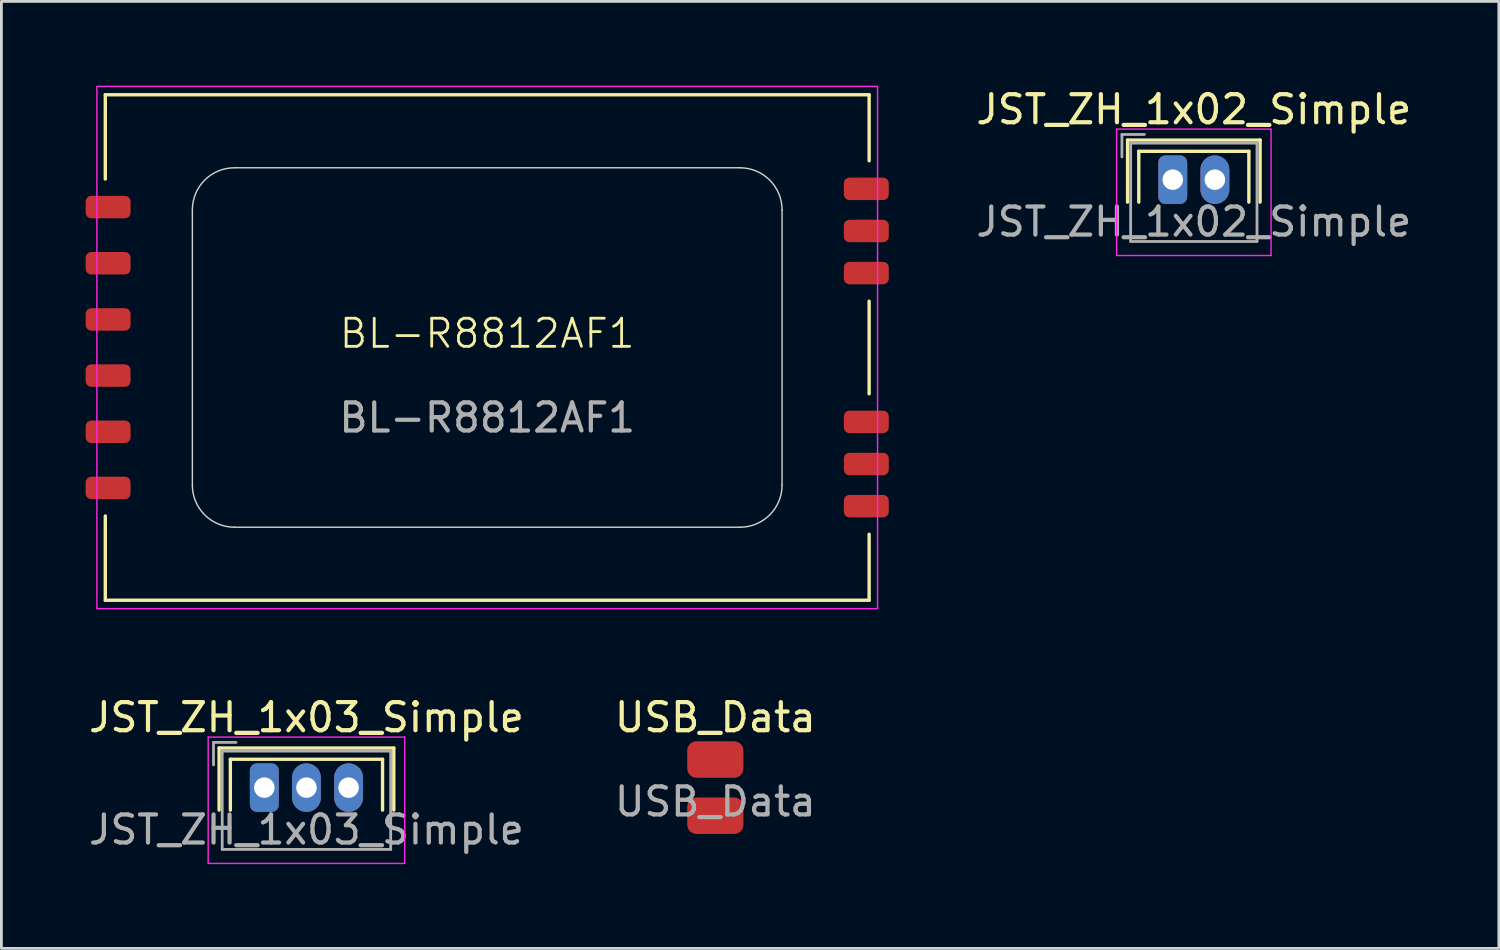
<source format=kicad_pcb>
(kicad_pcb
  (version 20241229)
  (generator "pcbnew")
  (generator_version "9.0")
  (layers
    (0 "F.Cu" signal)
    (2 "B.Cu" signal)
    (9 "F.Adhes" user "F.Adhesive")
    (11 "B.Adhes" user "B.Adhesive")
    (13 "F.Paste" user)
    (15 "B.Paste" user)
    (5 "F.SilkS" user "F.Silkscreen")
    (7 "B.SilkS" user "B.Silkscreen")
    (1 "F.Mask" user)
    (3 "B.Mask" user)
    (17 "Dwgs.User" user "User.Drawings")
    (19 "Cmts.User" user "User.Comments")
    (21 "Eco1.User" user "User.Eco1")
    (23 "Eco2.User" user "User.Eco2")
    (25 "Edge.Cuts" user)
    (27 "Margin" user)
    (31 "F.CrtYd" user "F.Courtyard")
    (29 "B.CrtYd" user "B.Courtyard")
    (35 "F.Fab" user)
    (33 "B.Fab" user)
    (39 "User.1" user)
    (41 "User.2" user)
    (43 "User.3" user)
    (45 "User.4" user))
  (footprint "JST_ZH_1x03_Simple"
    (layer "F.Cu")
    (at 6.363 24.998)
    (property "Reference" "JST_ZH_1x03_Simple" (at 1.5 -2.5 0) (layer "F.SilkS") (effects (font (size 1 1) (thickness 0.15))))
    (attr through_hole)
    (fp_line (start -1.61 -1.41) (end -1.61 0.8) (stroke (width 0.12) (type solid)) (layer "F.SilkS"))
    (fp_line (start -1.21 -1.01) (end -1.21 0.8) (stroke (width 0.12) (type solid)) (layer "F.SilkS"))
    (fp_line (start 4.21 -1.01) (end -1.21 -1.01) (stroke (width 0.12) (type solid)) (layer "F.SilkS"))
    (fp_line (start 4.21 0.8) (end 4.21 -1.01) (stroke (width 0.12) (type solid)) (layer "F.SilkS"))
    (fp_line (start 4.61 -1.41) (end -1.61 -1.41) (stroke (width 0.12) (type solid)) (layer "F.SilkS"))
    (fp_line (start 4.61 0.8) (end 4.61 -1.41) (stroke (width 0.12) (type solid)) (layer "F.SilkS"))
    (fp_line (start -2 -1.8) (end -2 2.7) (stroke (width 0.05) (type solid)) (layer "F.CrtYd"))
    (fp_line (start -2 2.7) (end 5 2.7) (stroke (width 0.05) (type solid)) (layer "F.CrtYd"))
    (fp_line (start 5 -1.8) (end -2 -1.8) (stroke (width 0.05) (type solid)) (layer "F.CrtYd"))
    (fp_line (start 5 2.7) (end 5 -1.8) (stroke (width 0.05) (type solid)) (layer "F.CrtYd"))
    (fp_line (start -1.81 -1.61) (end -1.81 -0.81) (stroke (width 0.1) (type solid)) (layer "F.Fab"))
    (fp_line (start -1.5 -1.3) (end -1.5 2.2) (stroke (width 0.1) (type solid)) (layer "F.Fab"))
    (fp_line (start -1.5 2.2) (end 4.5 2.2) (stroke (width 0.1) (type solid)) (layer "F.Fab"))
    (fp_line (start -1.01 -1.61) (end -1.81 -1.61) (stroke (width 0.1) (type solid)) (layer "F.Fab"))
    (fp_line (start 4.5 -1.3) (end -1.5 -1.3) (stroke (width 0.1) (type solid)) (layer "F.Fab"))
    (fp_line (start 4.5 2.2) (end 4.5 -1.3) (stroke (width 0.1) (type solid)) (layer "F.Fab"))
    (fp_text user "${REFERENCE}" (at 1.5 1.5 0) (layer "F.Fab") (effects (font (size 1 1) (thickness 0.15))))
    (pad "1" thru_hole roundrect (at 0 0) (size 1.03 1.73) (drill 0.73) (layers "*.Cu" "*.Mask") (roundrect_rratio 0.243))
    (pad "2" thru_hole oval (at 1.5 0) (size 1.03 1.73) (drill 0.73) (layers "*.Cu" "*.Mask"))
    (pad "3" thru_hole oval (at 3 0) (size 1.03 1.73) (drill 0.73) (layers "*.Cu" "*.Mask")))
  (footprint "BL-R8812AF1"
    (layer "F.Cu")
    (at 14.3 9.325)
    (property "Reference" "BL-R8812AF1" (at 0 -0.5 0) (unlocked yes) (layer "F.SilkS") (effects (font (size 1 1) (thickness 0.1))))
    (attr smd)
    (fp_line (start -13.6 -9) (end -13.6 -6) (stroke (width 0.12) (type default)) (layer "F.SilkS"))
    (fp_line (start -13.6 -9) (end 13.6 -9) (stroke (width 0.12) (type default)) (layer "F.SilkS"))
    (fp_line (start -13.6 6) (end -13.6 9) (stroke (width 0.12) (type default)) (layer "F.SilkS"))
    (fp_line (start 13.6 -9) (end 13.6 -6.65) (stroke (width 0.12) (type default)) (layer "F.SilkS"))
    (fp_line (start 13.6 1.65) (end 13.6 -1.65) (stroke (width 0.12) (type default)) (layer "F.SilkS"))
    (fp_line (start 13.6 9) (end -13.6 9) (stroke (width 0.12) (type default)) (layer "F.SilkS"))
    (fp_line (start 13.6 9) (end 13.6 6.65) (stroke (width 0.12) (type default)) (layer "F.SilkS"))
    (fp_line (start -10.5 -4.9) (end -10.5 4.9) (stroke (width 0.05) (type default)) (layer "Edge.Cuts"))
    (fp_line (start -9 -6.4) (end 9 -6.4) (stroke (width 0.05) (type default)) (layer "Edge.Cuts"))
    (fp_line (start -9 6.4) (end 9 6.4) (stroke (width 0.05) (type default)) (layer "Edge.Cuts"))
    (fp_line (start 10.5 -4.9) (end 10.5 4.9) (stroke (width 0.05) (type default)) (layer "Edge.Cuts"))
    (fp_arc (start -10.5 -4.9) (mid -10.06066 -5.96066) (end -9 -6.4) (stroke (width 0.05) (type default)) (layer "Edge.Cuts"))
    (fp_arc (start -9 6.4) (mid -10.06066 5.96066) (end -10.5 4.9) (stroke (width 0.05) (type default)) (layer "Edge.Cuts"))
    (fp_arc (start 9 -6.4) (mid 10.06066 -5.96066) (end 10.5 -4.9) (stroke (width 0.05) (type default)) (layer "Edge.Cuts"))
    (fp_arc (start 10.5 4.9) (mid 10.06066 5.96066) (end 9 6.4) (stroke (width 0.05) (type default)) (layer "Edge.Cuts"))
    (fp_rect (start -13.9 -9.3) (end 13.9 9.3) (stroke (width 0.05) (type default)) (fill no) (layer "F.CrtYd"))
    (fp_text user "${REFERENCE}" (at 0 2.5 0) (unlocked yes) (layer "F.Fab") (effects (font (size 1 1) (thickness 0.15))))
    (pad "1" smd roundrect (at -13.5 5) (size 1.6 0.8) (layers "F.Cu" "F.Mask" "F.Paste") (roundrect_rratio 0.25))
    (pad "2" smd roundrect (at -13.5 3) (size 1.6 0.8) (layers "F.Cu" "F.Mask" "F.Paste") (roundrect_rratio 0.25))
    (pad "3" smd roundrect (at -13.5 1) (size 1.6 0.8) (layers "F.Cu" "F.Mask" "F.Paste") (roundrect_rratio 0.25))
    (pad "4" smd roundrect (at -13.5 -1) (size 1.6 0.8) (layers "F.Cu" "F.Mask" "F.Paste") (roundrect_rratio 0.25))
    (pad "5" smd roundrect (at -13.5 -3) (size 1.6 0.8) (layers "F.Cu" "F.Mask" "F.Paste") (roundrect_rratio 0.25))
    (pad "6" smd roundrect (at -13.5 -5) (size 1.6 0.8) (layers "F.Cu" "F.Mask" "F.Paste") (roundrect_rratio 0.25))
    (pad "7" smd roundrect (at 13.5 -5.65) (size 1.6 0.8) (layers "F.Cu" "F.Mask" "F.Paste") (roundrect_rratio 0.25))
    (pad "8" smd roundrect (at 13.5 -4.15) (size 1.6 0.8) (layers "F.Cu" "F.Mask" "F.Paste") (roundrect_rratio 0.25))
    (pad "9" smd roundrect (at 13.5 -2.65) (size 1.6 0.8) (layers "F.Cu" "F.Mask" "F.Paste") (roundrect_rratio 0.25))
    (pad "10" smd roundrect (at 13.5 2.65) (size 1.6 0.8) (layers "F.Cu" "F.Mask" "F.Paste") (roundrect_rratio 0.25))
    (pad "11" smd roundrect (at 13.5 4.15) (size 1.6 0.8) (layers "F.Cu" "F.Mask" "F.Paste") (roundrect_rratio 0.25))
    (pad "12" smd roundrect (at 13.5 5.65) (size 1.6 0.8) (layers "F.Cu" "F.Mask" "F.Paste") (roundrect_rratio 0.25)))
  (footprint "USB_Data"
    (layer "F.Cu")
    (at 22.423 24.998)
    (property "Reference" "USB_Data" (at 0 -2.5 0) (unlocked yes) (layer "F.SilkS") (effects (font (size 1 1) (thickness 0.15))))
    (attr smd)
    (fp_text user "${REFERENCE}" (at 0 0.5 0) (unlocked yes) (layer "F.Fab") (effects (font (size 1 1) (thickness 0.15))))
    (pad "1" smd roundrect (at 0 -1) (size 2 1.3) (layers "F.Cu" "F.Mask" "F.Paste") (roundrect_rratio 0.25))
    (pad "2" smd roundrect (at 0 1) (size 2 1.3) (layers "F.Cu" "F.Mask" "F.Paste") (roundrect_rratio 0.25)))
  (footprint "JST_ZH_1x02_Simple"
    (layer "F.Cu")
    (at 38.713 3.348)
    (property "Reference" "JST_ZH_1x02_Simple" (at 0.75 -2.5 0) (layer "F.SilkS") (effects (font (size 1 1) (thickness 0.15))))
    (attr through_hole)
    (fp_line (start -1.61 -1.41) (end -1.61 0.8) (stroke (width 0.12) (type solid)) (layer "F.SilkS"))
    (fp_line (start -1.21 -1.01) (end -1.21 0.8) (stroke (width 0.12) (type solid)) (layer "F.SilkS"))
    (fp_line (start 2.71 -1.01) (end -1.21 -1.01) (stroke (width 0.12) (type solid)) (layer "F.SilkS"))
    (fp_line (start 2.71 0.8) (end 2.71 -1.01) (stroke (width 0.12) (type solid)) (layer "F.SilkS"))
    (fp_line (start 3.11 -1.41) (end -1.61 -1.41) (stroke (width 0.12) (type solid)) (layer "F.SilkS"))
    (fp_line (start 3.11 0.8) (end 3.11 -1.41) (stroke (width 0.12) (type solid)) (layer "F.SilkS"))
    (fp_line (start -2 -1.8) (end -2 2.7) (stroke (width 0.05) (type solid)) (layer "F.CrtYd"))
    (fp_line (start -2 2.7) (end 3.5 2.7) (stroke (width 0.05) (type solid)) (layer "F.CrtYd"))
    (fp_line (start 3.5 -1.8) (end -2 -1.8) (stroke (width 0.05) (type solid)) (layer "F.CrtYd"))
    (fp_line (start 3.5 2.7) (end 3.5 -1.8) (stroke (width 0.05) (type solid)) (layer "F.CrtYd"))
    (fp_line (start -1.81 -1.61) (end -1.81 -0.81) (stroke (width 0.1) (type solid)) (layer "F.Fab"))
    (fp_line (start -1.5 -1.3) (end -1.5 2.2) (stroke (width 0.1) (type solid)) (layer "F.Fab"))
    (fp_line (start -1.5 2.2) (end 3 2.2) (stroke (width 0.1) (type solid)) (layer "F.Fab"))
    (fp_line (start -1.01 -1.61) (end -1.81 -1.61) (stroke (width 0.1) (type solid)) (layer "F.Fab"))
    (fp_line (start 3 -1.3) (end -1.5 -1.3) (stroke (width 0.1) (type solid)) (layer "F.Fab"))
    (fp_line (start 3 2.2) (end 3 -1.3) (stroke (width 0.1) (type solid)) (layer "F.Fab"))
    (fp_text user "${REFERENCE}" (at 0.75 1.5 0) (layer "F.Fab") (effects (font (size 1 1) (thickness 0.15))))
    (pad "1" thru_hole roundrect (at 0 0) (size 1.03 1.73) (drill 0.73) (layers "*.Cu" "*.Mask") (roundrect_rratio 0.243))
    (pad "2" thru_hole oval (at 1.5 0) (size 1.03 1.73) (drill 0.73) (layers "*.Cu" "*.Mask")))
  (gr_rect
    (start -3 -3)
    (end 50.326 30.723)
    (stroke (width 0.1) (type default))
    (fill no)
    (layer "Edge.Cuts")))
</source>
